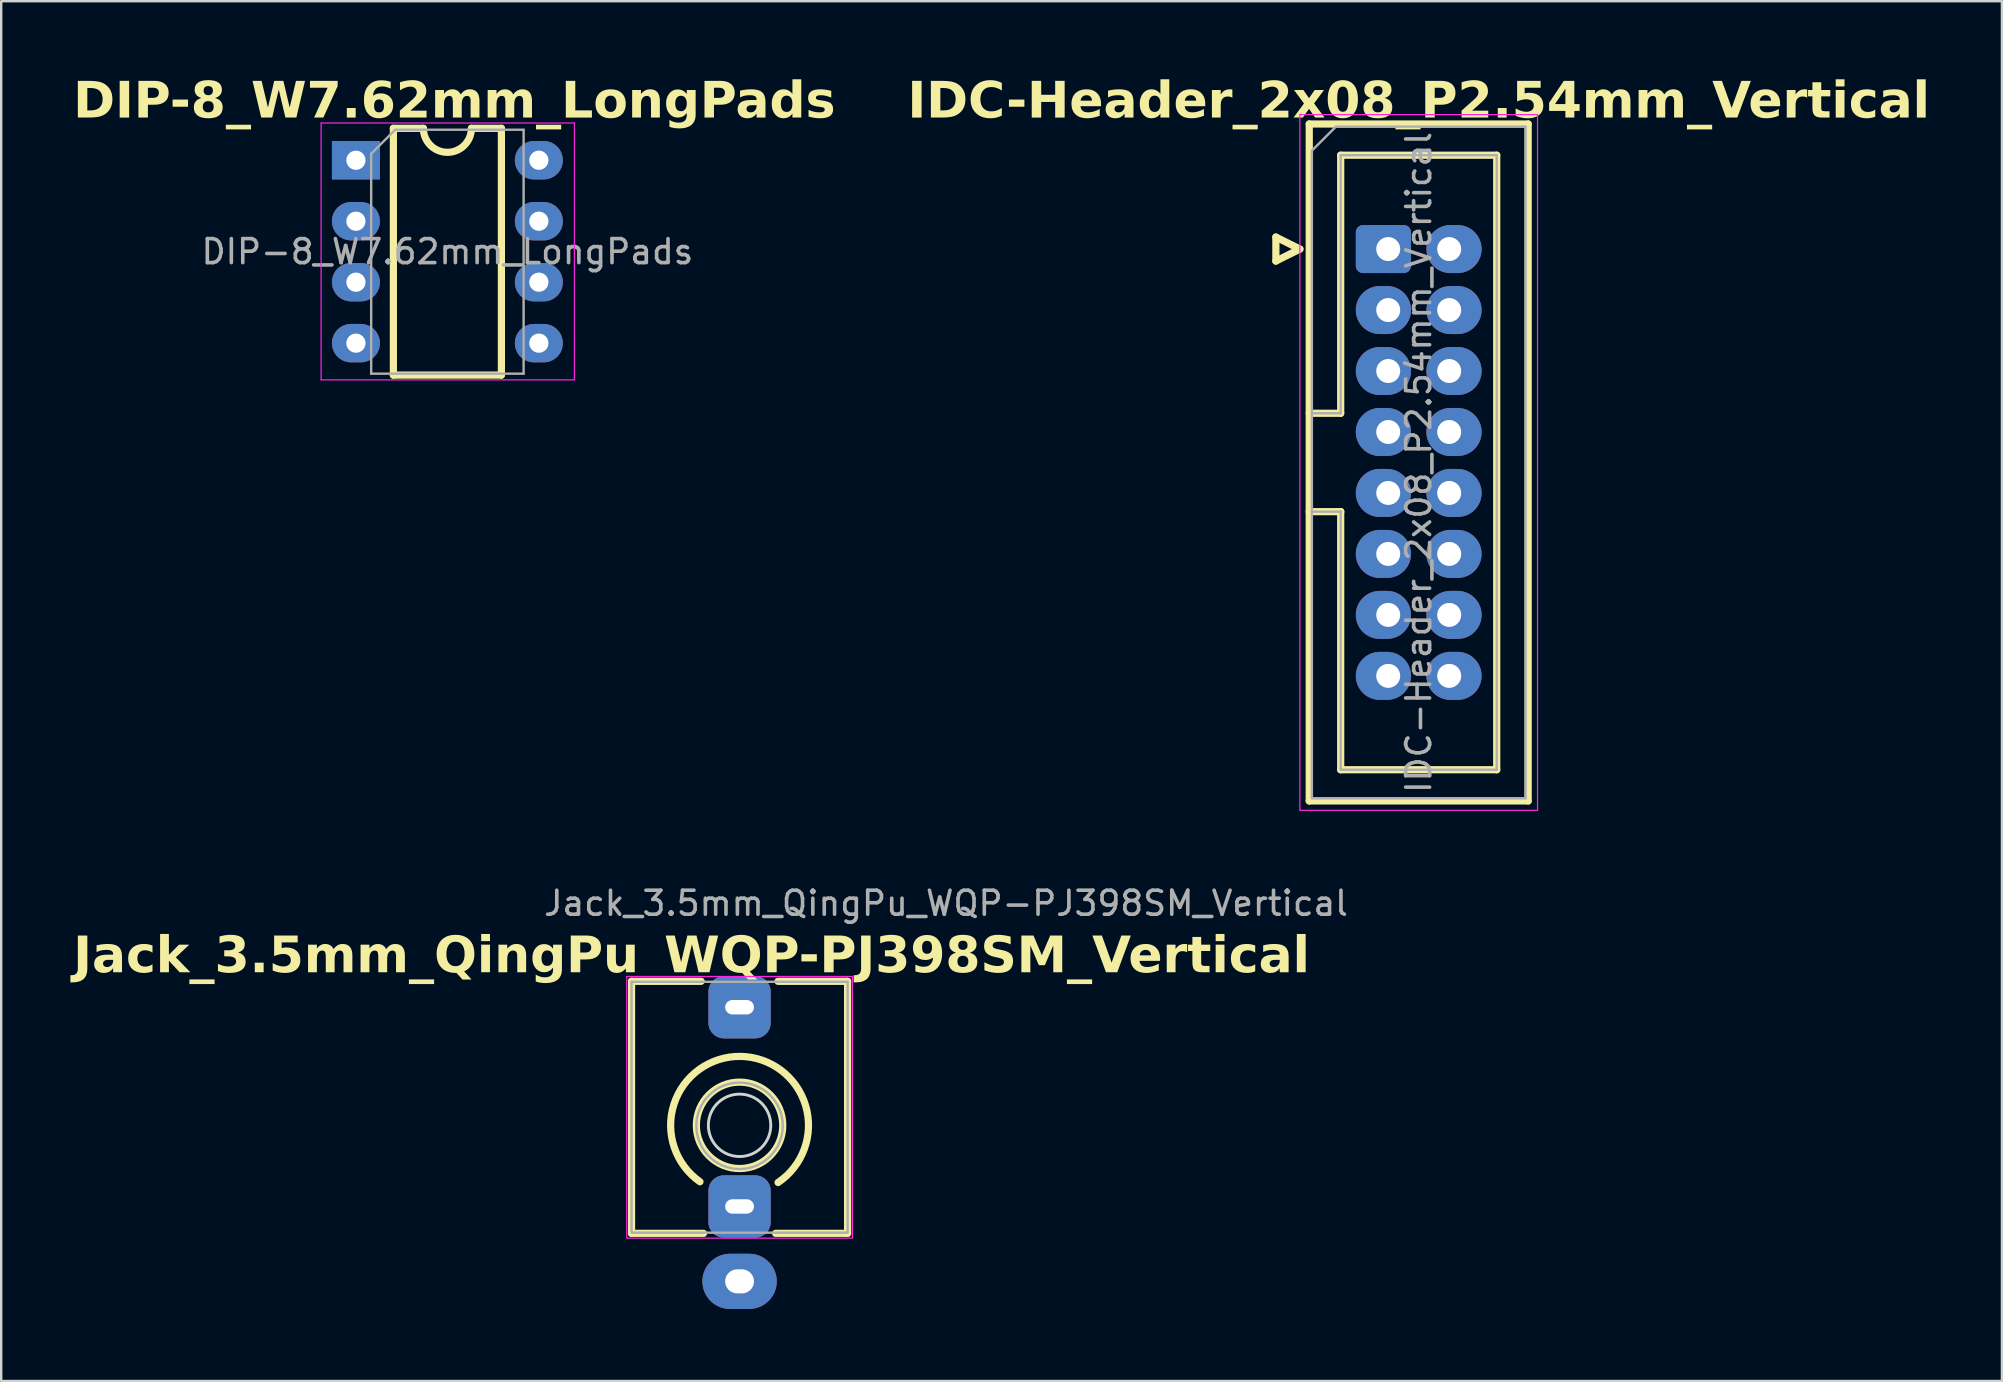
<source format=kicad_pcb>
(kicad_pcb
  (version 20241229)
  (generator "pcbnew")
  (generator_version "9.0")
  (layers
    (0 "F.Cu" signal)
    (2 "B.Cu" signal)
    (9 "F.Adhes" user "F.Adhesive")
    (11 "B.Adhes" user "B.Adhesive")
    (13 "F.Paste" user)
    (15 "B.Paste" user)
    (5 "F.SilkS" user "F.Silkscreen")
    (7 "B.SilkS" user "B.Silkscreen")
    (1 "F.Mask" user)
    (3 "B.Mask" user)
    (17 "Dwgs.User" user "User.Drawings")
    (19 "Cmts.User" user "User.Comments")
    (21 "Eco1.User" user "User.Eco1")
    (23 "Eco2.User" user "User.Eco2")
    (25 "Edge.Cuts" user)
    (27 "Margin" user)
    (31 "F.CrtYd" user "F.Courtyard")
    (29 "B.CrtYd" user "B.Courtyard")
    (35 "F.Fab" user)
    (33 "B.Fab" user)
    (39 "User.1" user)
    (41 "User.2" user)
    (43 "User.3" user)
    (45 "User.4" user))
  (footprint "DIP-8_W7.62mm_LongPads"
    (layer "F.Cu")
    (at 11.777 3.625)
    (property "Reference" "DIP-8_W7.62mm_LongPads" (at 4.1 -2.4 0) (layer "F.SilkS") (effects (font (face "Dosis") (size 1.5 1.5) (thickness 0.2) (bold yes))))
    (attr through_hole)
    (fp_line (start 1.56 -1.33) (end 1.56 8.95) (stroke (width 0.3) (type solid)) (layer "F.SilkS"))
    (fp_line (start 1.56 8.95) (end 6.06 8.95) (stroke (width 0.3) (type solid)) (layer "F.SilkS"))
    (fp_line (start 2.81 -1.33) (end 1.56 -1.33) (stroke (width 0.3) (type solid)) (layer "F.SilkS"))
    (fp_line (start 6.06 -1.33) (end 4.81 -1.33) (stroke (width 0.3) (type solid)) (layer "F.SilkS"))
    (fp_line (start 6.06 8.95) (end 6.06 -1.33) (stroke (width 0.3) (type solid)) (layer "F.SilkS"))
    (fp_arc (start 4.81 -1.33) (mid 3.81 -0.33) (end 2.81 -1.33) (stroke (width 0.3) (type solid)) (layer "F.SilkS"))
    (fp_line (start -1.45 -1.55) (end -1.45 9.15) (stroke (width 0.05) (type solid)) (layer "F.CrtYd"))
    (fp_line (start -1.45 9.15) (end 9.1 9.15) (stroke (width 0.05) (type solid)) (layer "F.CrtYd"))
    (fp_line (start 9.1 -1.55) (end -1.45 -1.55) (stroke (width 0.05) (type solid)) (layer "F.CrtYd"))
    (fp_line (start 9.1 9.15) (end 9.1 -1.55) (stroke (width 0.05) (type solid)) (layer "F.CrtYd"))
    (fp_line (start 0.635 -0.27) (end 1.635 -1.27) (stroke (width 0.1) (type solid)) (layer "F.Fab"))
    (fp_line (start 0.635 8.89) (end 0.635 -0.27) (stroke (width 0.1) (type solid)) (layer "F.Fab"))
    (fp_line (start 1.635 -1.27) (end 6.985 -1.27) (stroke (width 0.1) (type solid)) (layer "F.Fab"))
    (fp_line (start 6.985 -1.27) (end 6.985 8.89) (stroke (width 0.1) (type solid)) (layer "F.Fab"))
    (fp_line (start 6.985 8.89) (end 0.635 8.89) (stroke (width 0.1) (type solid)) (layer "F.Fab"))
    (fp_text user "${REFERENCE}" (at 3.81 3.81 0) (layer "F.Fab") (effects (font (size 1 1) (thickness 0.15))))
    (pad "1" thru_hole rect (at 0 0) (size 2 1.6) (drill 0.8) (layers "*.Cu" "*.Mask"))
    (pad "2" thru_hole oval (at 0 2.54) (size 2 1.6) (drill 0.8) (layers "*.Cu" "*.Mask"))
    (pad "3" thru_hole oval (at 0 5.08) (size 2 1.6) (drill 0.8) (layers "*.Cu" "*.Mask"))
    (pad "4" thru_hole oval (at 0 7.62) (size 2 1.6) (drill 0.8) (layers "*.Cu" "*.Mask"))
    (pad "5" thru_hole oval (at 7.62 7.62) (size 2 1.6) (drill 0.8) (layers "*.Cu" "*.Mask"))
    (pad "6" thru_hole oval (at 7.62 5.08) (size 2 1.6) (drill 0.8) (layers "*.Cu" "*.Mask"))
    (pad "7" thru_hole oval (at 7.62 2.54) (size 2 1.6) (drill 0.8) (layers "*.Cu" "*.Mask"))
    (pad "8" thru_hole oval (at 7.62 0) (size 2 1.6) (drill 0.8) (layers "*.Cu" "*.Mask")))
  (footprint "IDC-Header_2x08_P2.54mm_Vertical"
    (layer "F.Cu")
    (at 54.779 7.325)
    (property "Reference" "IDC-Header_2x08_P2.54mm_Vertical" (at 1.27 -6.1 0) (layer "F.SilkS") (effects (font (face "Dosis") (size 1.5 1.5) (thickness 0.2) (bold yes))))
    (attr through_hole)
    (fp_line (start -4.68 -0.5) (end -4.68 0.5) (stroke (width 0.3) (type solid)) (layer "F.SilkS"))
    (fp_line (start -4.68 0.5) (end -3.68 0) (stroke (width 0.3) (type solid)) (layer "F.SilkS"))
    (fp_line (start -3.68 0) (end -4.68 -0.5) (stroke (width 0.3) (type solid)) (layer "F.SilkS"))
    (fp_line (start -3.29 -5.21) (end 5.83 -5.21) (stroke (width 0.3) (type solid)) (layer "F.SilkS"))
    (fp_line (start -3.29 6.84) (end -1.98 6.84) (stroke (width 0.3) (type solid)) (layer "F.SilkS"))
    (fp_line (start -3.29 22.99) (end -3.29 -5.21) (stroke (width 0.3) (type solid)) (layer "F.SilkS"))
    (fp_line (start -1.98 -3.91) (end 4.52 -3.91) (stroke (width 0.3) (type solid)) (layer "F.SilkS"))
    (fp_line (start -1.98 6.84) (end -1.98 -3.91) (stroke (width 0.3) (type solid)) (layer "F.SilkS"))
    (fp_line (start -1.98 10.94) (end -3.29 10.94) (stroke (width 0.3) (type solid)) (layer "F.SilkS"))
    (fp_line (start -1.98 10.94) (end -1.98 10.94) (stroke (width 0.3) (type solid)) (layer "F.SilkS"))
    (fp_line (start -1.98 21.69) (end -1.98 10.94) (stroke (width 0.3) (type solid)) (layer "F.SilkS"))
    (fp_line (start 4.52 -3.91) (end 4.52 21.69) (stroke (width 0.3) (type solid)) (layer "F.SilkS"))
    (fp_line (start 4.52 21.69) (end -1.98 21.69) (stroke (width 0.3) (type solid)) (layer "F.SilkS"))
    (fp_line (start 5.83 -5.21) (end 5.83 22.99) (stroke (width 0.3) (type solid)) (layer "F.SilkS"))
    (fp_line (start 5.83 22.99) (end -3.29 22.99) (stroke (width 0.3) (type solid)) (layer "F.SilkS"))
    (fp_line (start -3.68 -5.6) (end -3.68 23.38) (stroke (width 0.05) (type solid)) (layer "F.CrtYd"))
    (fp_line (start -3.68 23.38) (end 6.22 23.38) (stroke (width 0.05) (type solid)) (layer "F.CrtYd"))
    (fp_line (start 6.22 -5.6) (end -3.68 -5.6) (stroke (width 0.05) (type solid)) (layer "F.CrtYd"))
    (fp_line (start 6.22 23.38) (end 6.22 -5.6) (stroke (width 0.05) (type solid)) (layer "F.CrtYd"))
    (fp_line (start -3.18 -4.1) (end -2.18 -5.1) (stroke (width 0.1) (type solid)) (layer "F.Fab"))
    (fp_line (start -3.18 6.84) (end -1.98 6.84) (stroke (width 0.1) (type solid)) (layer "F.Fab"))
    (fp_line (start -3.18 22.88) (end -3.18 -4.1) (stroke (width 0.1) (type solid)) (layer "F.Fab"))
    (fp_line (start -2.18 -5.1) (end 5.72 -5.1) (stroke (width 0.1) (type solid)) (layer "F.Fab"))
    (fp_line (start -1.98 -3.91) (end 4.52 -3.91) (stroke (width 0.1) (type solid)) (layer "F.Fab"))
    (fp_line (start -1.98 6.84) (end -1.98 -3.91) (stroke (width 0.1) (type solid)) (layer "F.Fab"))
    (fp_line (start -1.98 10.94) (end -3.18 10.94) (stroke (width 0.1) (type solid)) (layer "F.Fab"))
    (fp_line (start -1.98 10.94) (end -1.98 10.94) (stroke (width 0.1) (type solid)) (layer "F.Fab"))
    (fp_line (start -1.98 21.69) (end -1.98 10.94) (stroke (width 0.1) (type solid)) (layer "F.Fab"))
    (fp_line (start 4.52 -3.91) (end 4.52 21.69) (stroke (width 0.1) (type solid)) (layer "F.Fab"))
    (fp_line (start 4.52 21.69) (end -1.98 21.69) (stroke (width 0.1) (type solid)) (layer "F.Fab"))
    (fp_line (start 5.72 -5.1) (end 5.72 22.88) (stroke (width 0.1) (type solid)) (layer "F.Fab"))
    (fp_line (start 5.72 22.88) (end -3.18 22.88) (stroke (width 0.1) (type solid)) (layer "F.Fab"))
    (fp_text user "${REFERENCE}" (at 1.27 8.89 90) (layer "F.Fab") (effects (font (size 1 1) (thickness 0.15))))
    (pad "1" thru_hole roundrect (at 0 0) (size 2.3 2) (drill 1 (offset -0.2 0)) (layers "*.Cu" "*.Mask") (roundrect_rratio 0.147))
    (pad "2" thru_hole oval (at 2.54 0) (size 2.3 2) (drill 1 (offset 0.2 0)) (layers "*.Cu" "*.Mask"))
    (pad "3" thru_hole oval (at 0 2.54) (size 2.3 2) (drill 1 (offset -0.2 0)) (layers "*.Cu" "*.Mask"))
    (pad "4" thru_hole oval (at 2.54 2.54) (size 2.3 2) (drill 1 (offset 0.2 0)) (layers "*.Cu" "*.Mask"))
    (pad "5" thru_hole oval (at 0 5.08) (size 2.3 2) (drill 1 (offset -0.2 0)) (layers "*.Cu" "*.Mask"))
    (pad "6" thru_hole oval (at 2.54 5.08) (size 2.3 2) (drill 1 (offset 0.2 0)) (layers "*.Cu" "*.Mask"))
    (pad "7" thru_hole oval (at 0 7.62) (size 2.3 2) (drill 1 (offset -0.2 0)) (layers "*.Cu" "*.Mask"))
    (pad "8" thru_hole oval (at 2.54 7.62) (size 2.3 2) (drill 1 (offset 0.2 0)) (layers "*.Cu" "*.Mask"))
    (pad "9" thru_hole oval (at 0 10.16) (size 2.3 2) (drill 1 (offset -0.2 0)) (layers "*.Cu" "*.Mask"))
    (pad "10" thru_hole oval (at 2.54 10.16) (size 2.3 2) (drill 1 (offset 0.2 0)) (layers "*.Cu" "*.Mask"))
    (pad "11" thru_hole oval (at 0 12.7) (size 2.3 2) (drill 1 (offset -0.2 0)) (layers "*.Cu" "*.Mask"))
    (pad "12" thru_hole oval (at 2.54 12.7) (size 2.3 2) (drill 1 (offset 0.2 0)) (layers "*.Cu" "*.Mask"))
    (pad "13" thru_hole oval (at 0 15.24) (size 2.3 2) (drill 1 (offset -0.2 0)) (layers "*.Cu" "*.Mask"))
    (pad "14" thru_hole oval (at 2.54 15.24) (size 2.3 2) (drill 1 (offset 0.2 0)) (layers "*.Cu" "*.Mask"))
    (pad "15" thru_hole oval (at 0 17.78) (size 2.3 2) (drill 1 (offset -0.2 0)) (layers "*.Cu" "*.Mask"))
    (pad "16" thru_hole oval (at 2.54 17.78) (size 2.3 2) (drill 1 (offset 0.2 0)) (layers "*.Cu" "*.Mask")))
  (footprint "Jack_3.5mm_QingPu_WQP-PJ398SM_Vertical"
    (layer "F.Cu")
    (at 27.758 43.828)
    (property "Reference" "Jack_3.5mm_QingPu_WQP-PJ398SM_Vertical" (at -2 -7 0) (layer "F.SilkS") (effects (font (face "Dosis") (size 1.5 1.5) (thickness 0.2) (bold yes))))
    (attr through_hole)
    (fp_line (start -4.5 -6) (end -1.6 -6) (stroke (width 0.3) (type solid)) (layer "F.SilkS"))
    (fp_line (start -4.5 4.5) (end -4.5 -6) (stroke (width 0.3) (type solid)) (layer "F.SilkS"))
    (fp_line (start -4.5 4.5) (end -1.5 4.5) (stroke (width 0.3) (type solid)) (layer "F.SilkS"))
    (fp_line (start 1.5 4.5) (end 4.5 4.5) (stroke (width 0.3) (type solid)) (layer "F.SilkS"))
    (fp_line (start 1.6 -6) (end 4.5 -6) (stroke (width 0.3) (type solid)) (layer "F.SilkS"))
    (fp_line (start 4.5 4.5) (end 4.5 -6) (stroke (width 0.3) (type solid)) (layer "F.SilkS"))
    (fp_arc (start -1.65 2.349999) (mid 0.027931 -2.871274) (end 1.603971 2.381653) (stroke (width 0.3) (type default)) (layer "F.SilkS"))
    (fp_circle (center 0 0) (end -1.8 0) (stroke (width 0.3) (type solid)) (fill no) (layer "F.SilkS"))
    (fp_circle (center 0 0) (end 1.3 0) (stroke (width 0.12) (type default)) (fill no) (layer "Edge.Cuts"))
    (fp_rect (start -4.7 -6.2) (end 4.7 4.7) (stroke (width 0.05) (type default)) (fill no) (layer "F.CrtYd"))
    (fp_line (start -4.5 -5.98) (end -4.5 4.42) (stroke (width 0.1) (type solid)) (layer "F.Fab"))
    (fp_line (start -4.5 -5.98) (end 4.5 -5.98) (stroke (width 0.1) (type solid)) (layer "F.Fab"))
    (fp_line (start -4.5 4.47) (end 4.5 4.47) (stroke (width 0.1) (type solid)) (layer "F.Fab"))
    (fp_line (start 4.5 -5.98) (end 4.5 4.42) (stroke (width 0.1) (type solid)) (layer "F.Fab"))
    (fp_circle (center 0 0.02) (end -1.8 0.02) (stroke (width 0.1) (type solid)) (fill no) (layer "F.Fab"))
    (fp_text user "${REFERENCE}" (at 8.6 -9.25 0) (layer "F.Fab") (effects (font (size 1 1) (thickness 0.15))))
    (pad "S" thru_hole oval (at 0 6.5) (size 3.1 2.3) (drill oval 1.2 1) (layers "*.Cu" "*.Mask"))
    (pad "T" thru_hole roundrect (at 0 -4.92) (size 2.6 2.6) (drill oval 1.2 0.6) (layers "*.Cu" "*.Mask") (roundrect_rratio 0.25))
    (pad "TN" thru_hole roundrect (at 0 3.38) (size 2.6 2.6) (drill oval 1.2 0.6) (layers "*.Cu" "*.Mask") (roundrect_rratio 0.25))
    (zone (net_name "") (layers "F.Cu" "F.SilkS") (hatch full 0.5) (connect_pads) (min_thickness 0.25) (filled_areas_thickness no) (keepout (tracks not_allowed) (vias not_allowed) (pads not_allowed) (copperpour not_allowed) (footprints not_allowed)) (placement (enabled no)) (fill) (polygon (pts (xy 29.258 43.828) (xy 29.237 43.581) (xy 29.176 43.341) (xy 29.077 43.114) (xy 28.941 42.907) (xy 28.774 42.725) (xy 28.578 42.573) (xy 28.36 42.455) (xy 28.126 42.374) (xy 27.881 42.333) (xy 27.634 42.333) (xy 27.389 42.374) (xy 27.155 42.455) (xy 26.937 42.573) (xy 26.742 42.725) (xy 26.574 42.907) (xy 26.438 43.114) (xy 26.339 43.341) (xy 26.278 43.581) (xy 26.258 43.828) (xy 26.278 44.075) (xy 26.339 44.315) (xy 26.438 44.542) (xy 26.574 44.75) (xy 26.742 44.932) (xy 26.937 45.084) (xy 27.155 45.202) (xy 27.389 45.282) (xy 27.634 45.323) (xy 27.881 45.323) (xy 28.126 45.282) (xy 28.36 45.202) (xy 28.578 45.084) (xy 28.774 44.932) (xy 28.941 44.75) (xy 29.077 44.542) (xy 29.176 44.315) (xy 29.237 44.075)))))
  (gr_rect
    (start -3 -3)
    (end 80.344 54.478)
    (stroke (width 0.1) (type default))
    (fill no)
    (layer "Edge.Cuts")))
</source>
